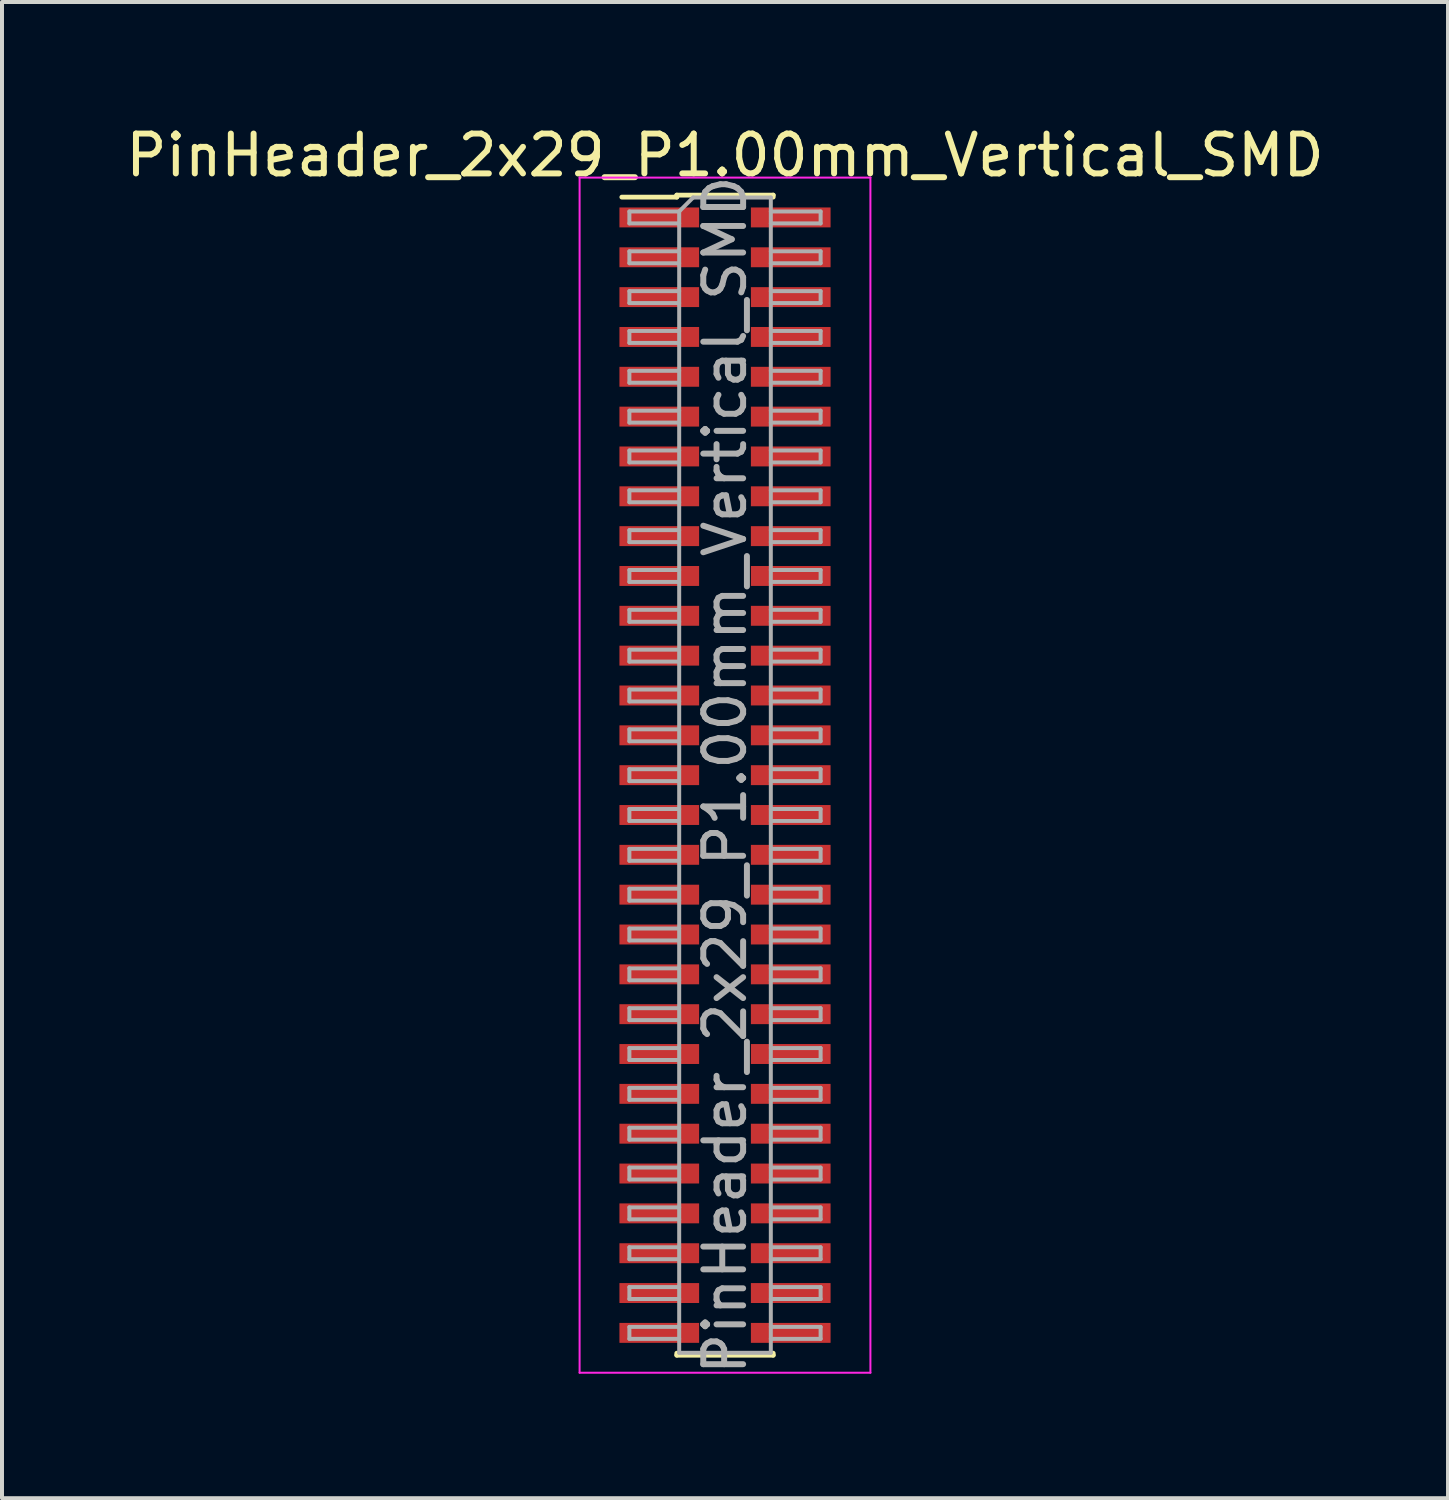
<source format=kicad_pcb>
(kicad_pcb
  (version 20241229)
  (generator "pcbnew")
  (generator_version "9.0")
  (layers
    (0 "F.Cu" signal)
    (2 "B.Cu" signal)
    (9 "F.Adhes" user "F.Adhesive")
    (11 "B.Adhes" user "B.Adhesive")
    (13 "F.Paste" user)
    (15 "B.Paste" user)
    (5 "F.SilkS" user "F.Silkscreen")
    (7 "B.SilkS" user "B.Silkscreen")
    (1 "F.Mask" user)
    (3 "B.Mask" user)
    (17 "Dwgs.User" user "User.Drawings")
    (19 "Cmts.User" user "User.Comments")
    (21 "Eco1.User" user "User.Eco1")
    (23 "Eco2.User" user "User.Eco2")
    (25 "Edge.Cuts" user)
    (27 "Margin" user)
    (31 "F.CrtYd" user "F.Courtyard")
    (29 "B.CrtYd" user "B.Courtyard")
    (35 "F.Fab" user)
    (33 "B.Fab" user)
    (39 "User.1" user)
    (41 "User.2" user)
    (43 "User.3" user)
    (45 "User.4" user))
  (footprint "PinHeader_2x29_P1.00mm_Vertical_SMD"
    (layer "F.Cu")
    (at 15.149 16.408)
    (property "Reference" "PinHeader_2x29_P1.00mm_Vertical_SMD" (at 0 -15.56 0) (layer "F.SilkS") (effects (font (size 1 1) (thickness 0.15))))
    (attr smd)
    (fp_line (start -2.59 -14.51) (end -1.21 -14.51) (stroke (width 0.12) (type solid)) (layer "F.SilkS"))
    (fp_line (start -1.21 -14.56) (end -1.21 -14.51) (stroke (width 0.12) (type solid)) (layer "F.SilkS"))
    (fp_line (start -1.21 -14.56) (end 1.21 -14.56) (stroke (width 0.12) (type solid)) (layer "F.SilkS"))
    (fp_line (start -1.21 14.51) (end -1.21 14.56) (stroke (width 0.12) (type solid)) (layer "F.SilkS"))
    (fp_line (start -1.21 14.56) (end 1.21 14.56) (stroke (width 0.12) (type solid)) (layer "F.SilkS"))
    (fp_line (start 1.21 -14.56) (end 1.21 -14.51) (stroke (width 0.12) (type solid)) (layer "F.SilkS"))
    (fp_line (start 1.21 14.51) (end 1.21 14.56) (stroke (width 0.12) (type solid)) (layer "F.SilkS"))
    (fp_line (start -3.65 -15) (end -3.65 15) (stroke (width 0.05) (type solid)) (layer "F.CrtYd"))
    (fp_line (start -3.65 15) (end 3.65 15) (stroke (width 0.05) (type solid)) (layer "F.CrtYd"))
    (fp_line (start 3.65 -15) (end -3.65 -15) (stroke (width 0.05) (type solid)) (layer "F.CrtYd"))
    (fp_line (start 3.65 15) (end 3.65 -15) (stroke (width 0.05) (type solid)) (layer "F.CrtYd"))
    (fp_line (start -2.4 -14.15) (end -2.4 -13.85) (stroke (width 0.1) (type solid)) (layer "F.Fab"))
    (fp_line (start -2.4 -13.85) (end -1.15 -13.85) (stroke (width 0.1) (type solid)) (layer "F.Fab"))
    (fp_line (start -2.4 -13.15) (end -2.4 -12.85) (stroke (width 0.1) (type solid)) (layer "F.Fab"))
    (fp_line (start -2.4 -12.85) (end -1.15 -12.85) (stroke (width 0.1) (type solid)) (layer "F.Fab"))
    (fp_line (start -2.4 -12.15) (end -2.4 -11.85) (stroke (width 0.1) (type solid)) (layer "F.Fab"))
    (fp_line (start -2.4 -11.85) (end -1.15 -11.85) (stroke (width 0.1) (type solid)) (layer "F.Fab"))
    (fp_line (start -2.4 -11.15) (end -2.4 -10.85) (stroke (width 0.1) (type solid)) (layer "F.Fab"))
    (fp_line (start -2.4 -10.85) (end -1.15 -10.85) (stroke (width 0.1) (type solid)) (layer "F.Fab"))
    (fp_line (start -2.4 -10.15) (end -2.4 -9.85) (stroke (width 0.1) (type solid)) (layer "F.Fab"))
    (fp_line (start -2.4 -9.85) (end -1.15 -9.85) (stroke (width 0.1) (type solid)) (layer "F.Fab"))
    (fp_line (start -2.4 -9.15) (end -2.4 -8.85) (stroke (width 0.1) (type solid)) (layer "F.Fab"))
    (fp_line (start -2.4 -8.85) (end -1.15 -8.85) (stroke (width 0.1) (type solid)) (layer "F.Fab"))
    (fp_line (start -2.4 -8.15) (end -2.4 -7.85) (stroke (width 0.1) (type solid)) (layer "F.Fab"))
    (fp_line (start -2.4 -7.85) (end -1.15 -7.85) (stroke (width 0.1) (type solid)) (layer "F.Fab"))
    (fp_line (start -2.4 -7.15) (end -2.4 -6.85) (stroke (width 0.1) (type solid)) (layer "F.Fab"))
    (fp_line (start -2.4 -6.85) (end -1.15 -6.85) (stroke (width 0.1) (type solid)) (layer "F.Fab"))
    (fp_line (start -2.4 -6.15) (end -2.4 -5.85) (stroke (width 0.1) (type solid)) (layer "F.Fab"))
    (fp_line (start -2.4 -5.85) (end -1.15 -5.85) (stroke (width 0.1) (type solid)) (layer "F.Fab"))
    (fp_line (start -2.4 -5.15) (end -2.4 -4.85) (stroke (width 0.1) (type solid)) (layer "F.Fab"))
    (fp_line (start -2.4 -4.85) (end -1.15 -4.85) (stroke (width 0.1) (type solid)) (layer "F.Fab"))
    (fp_line (start -2.4 -4.15) (end -2.4 -3.85) (stroke (width 0.1) (type solid)) (layer "F.Fab"))
    (fp_line (start -2.4 -3.85) (end -1.15 -3.85) (stroke (width 0.1) (type solid)) (layer "F.Fab"))
    (fp_line (start -2.4 -3.15) (end -2.4 -2.85) (stroke (width 0.1) (type solid)) (layer "F.Fab"))
    (fp_line (start -2.4 -2.85) (end -1.15 -2.85) (stroke (width 0.1) (type solid)) (layer "F.Fab"))
    (fp_line (start -2.4 -2.15) (end -2.4 -1.85) (stroke (width 0.1) (type solid)) (layer "F.Fab"))
    (fp_line (start -2.4 -1.85) (end -1.15 -1.85) (stroke (width 0.1) (type solid)) (layer "F.Fab"))
    (fp_line (start -2.4 -1.15) (end -2.4 -0.85) (stroke (width 0.1) (type solid)) (layer "F.Fab"))
    (fp_line (start -2.4 -0.85) (end -1.15 -0.85) (stroke (width 0.1) (type solid)) (layer "F.Fab"))
    (fp_line (start -2.4 -0.15) (end -2.4 0.15) (stroke (width 0.1) (type solid)) (layer "F.Fab"))
    (fp_line (start -2.4 0.15) (end -1.15 0.15) (stroke (width 0.1) (type solid)) (layer "F.Fab"))
    (fp_line (start -2.4 0.85) (end -2.4 1.15) (stroke (width 0.1) (type solid)) (layer "F.Fab"))
    (fp_line (start -2.4 1.15) (end -1.15 1.15) (stroke (width 0.1) (type solid)) (layer "F.Fab"))
    (fp_line (start -2.4 1.85) (end -2.4 2.15) (stroke (width 0.1) (type solid)) (layer "F.Fab"))
    (fp_line (start -2.4 2.15) (end -1.15 2.15) (stroke (width 0.1) (type solid)) (layer "F.Fab"))
    (fp_line (start -2.4 2.85) (end -2.4 3.15) (stroke (width 0.1) (type solid)) (layer "F.Fab"))
    (fp_line (start -2.4 3.15) (end -1.15 3.15) (stroke (width 0.1) (type solid)) (layer "F.Fab"))
    (fp_line (start -2.4 3.85) (end -2.4 4.15) (stroke (width 0.1) (type solid)) (layer "F.Fab"))
    (fp_line (start -2.4 4.15) (end -1.15 4.15) (stroke (width 0.1) (type solid)) (layer "F.Fab"))
    (fp_line (start -2.4 4.85) (end -2.4 5.15) (stroke (width 0.1) (type solid)) (layer "F.Fab"))
    (fp_line (start -2.4 5.15) (end -1.15 5.15) (stroke (width 0.1) (type solid)) (layer "F.Fab"))
    (fp_line (start -2.4 5.85) (end -2.4 6.15) (stroke (width 0.1) (type solid)) (layer "F.Fab"))
    (fp_line (start -2.4 6.15) (end -1.15 6.15) (stroke (width 0.1) (type solid)) (layer "F.Fab"))
    (fp_line (start -2.4 6.85) (end -2.4 7.15) (stroke (width 0.1) (type solid)) (layer "F.Fab"))
    (fp_line (start -2.4 7.15) (end -1.15 7.15) (stroke (width 0.1) (type solid)) (layer "F.Fab"))
    (fp_line (start -2.4 7.85) (end -2.4 8.15) (stroke (width 0.1) (type solid)) (layer "F.Fab"))
    (fp_line (start -2.4 8.15) (end -1.15 8.15) (stroke (width 0.1) (type solid)) (layer "F.Fab"))
    (fp_line (start -2.4 8.85) (end -2.4 9.15) (stroke (width 0.1) (type solid)) (layer "F.Fab"))
    (fp_line (start -2.4 9.15) (end -1.15 9.15) (stroke (width 0.1) (type solid)) (layer "F.Fab"))
    (fp_line (start -2.4 9.85) (end -2.4 10.15) (stroke (width 0.1) (type solid)) (layer "F.Fab"))
    (fp_line (start -2.4 10.15) (end -1.15 10.15) (stroke (width 0.1) (type solid)) (layer "F.Fab"))
    (fp_line (start -2.4 10.85) (end -2.4 11.15) (stroke (width 0.1) (type solid)) (layer "F.Fab"))
    (fp_line (start -2.4 11.15) (end -1.15 11.15) (stroke (width 0.1) (type solid)) (layer "F.Fab"))
    (fp_line (start -2.4 11.85) (end -2.4 12.15) (stroke (width 0.1) (type solid)) (layer "F.Fab"))
    (fp_line (start -2.4 12.15) (end -1.15 12.15) (stroke (width 0.1) (type solid)) (layer "F.Fab"))
    (fp_line (start -2.4 12.85) (end -2.4 13.15) (stroke (width 0.1) (type solid)) (layer "F.Fab"))
    (fp_line (start -2.4 13.15) (end -1.15 13.15) (stroke (width 0.1) (type solid)) (layer "F.Fab"))
    (fp_line (start -2.4 13.85) (end -2.4 14.15) (stroke (width 0.1) (type solid)) (layer "F.Fab"))
    (fp_line (start -2.4 14.15) (end -1.15 14.15) (stroke (width 0.1) (type solid)) (layer "F.Fab"))
    (fp_line (start -1.15 -14.15) (end -2.4 -14.15) (stroke (width 0.1) (type solid)) (layer "F.Fab"))
    (fp_line (start -1.15 -14.15) (end -0.8 -14.5) (stroke (width 0.1) (type solid)) (layer "F.Fab"))
    (fp_line (start -1.15 -13.15) (end -2.4 -13.15) (stroke (width 0.1) (type solid)) (layer "F.Fab"))
    (fp_line (start -1.15 -12.15) (end -2.4 -12.15) (stroke (width 0.1) (type solid)) (layer "F.Fab"))
    (fp_line (start -1.15 -11.15) (end -2.4 -11.15) (stroke (width 0.1) (type solid)) (layer "F.Fab"))
    (fp_line (start -1.15 -10.15) (end -2.4 -10.15) (stroke (width 0.1) (type solid)) (layer "F.Fab"))
    (fp_line (start -1.15 -9.15) (end -2.4 -9.15) (stroke (width 0.1) (type solid)) (layer "F.Fab"))
    (fp_line (start -1.15 -8.15) (end -2.4 -8.15) (stroke (width 0.1) (type solid)) (layer "F.Fab"))
    (fp_line (start -1.15 -7.15) (end -2.4 -7.15) (stroke (width 0.1) (type solid)) (layer "F.Fab"))
    (fp_line (start -1.15 -6.15) (end -2.4 -6.15) (stroke (width 0.1) (type solid)) (layer "F.Fab"))
    (fp_line (start -1.15 -5.15) (end -2.4 -5.15) (stroke (width 0.1) (type solid)) (layer "F.Fab"))
    (fp_line (start -1.15 -4.15) (end -2.4 -4.15) (stroke (width 0.1) (type solid)) (layer "F.Fab"))
    (fp_line (start -1.15 -3.15) (end -2.4 -3.15) (stroke (width 0.1) (type solid)) (layer "F.Fab"))
    (fp_line (start -1.15 -2.15) (end -2.4 -2.15) (stroke (width 0.1) (type solid)) (layer "F.Fab"))
    (fp_line (start -1.15 -1.15) (end -2.4 -1.15) (stroke (width 0.1) (type solid)) (layer "F.Fab"))
    (fp_line (start -1.15 -0.15) (end -2.4 -0.15) (stroke (width 0.1) (type solid)) (layer "F.Fab"))
    (fp_line (start -1.15 0.85) (end -2.4 0.85) (stroke (width 0.1) (type solid)) (layer "F.Fab"))
    (fp_line (start -1.15 1.85) (end -2.4 1.85) (stroke (width 0.1) (type solid)) (layer "F.Fab"))
    (fp_line (start -1.15 2.85) (end -2.4 2.85) (stroke (width 0.1) (type solid)) (layer "F.Fab"))
    (fp_line (start -1.15 3.85) (end -2.4 3.85) (stroke (width 0.1) (type solid)) (layer "F.Fab"))
    (fp_line (start -1.15 4.85) (end -2.4 4.85) (stroke (width 0.1) (type solid)) (layer "F.Fab"))
    (fp_line (start -1.15 5.85) (end -2.4 5.85) (stroke (width 0.1) (type solid)) (layer "F.Fab"))
    (fp_line (start -1.15 6.85) (end -2.4 6.85) (stroke (width 0.1) (type solid)) (layer "F.Fab"))
    (fp_line (start -1.15 7.85) (end -2.4 7.85) (stroke (width 0.1) (type solid)) (layer "F.Fab"))
    (fp_line (start -1.15 8.85) (end -2.4 8.85) (stroke (width 0.1) (type solid)) (layer "F.Fab"))
    (fp_line (start -1.15 9.85) (end -2.4 9.85) (stroke (width 0.1) (type solid)) (layer "F.Fab"))
    (fp_line (start -1.15 10.85) (end -2.4 10.85) (stroke (width 0.1) (type solid)) (layer "F.Fab"))
    (fp_line (start -1.15 11.85) (end -2.4 11.85) (stroke (width 0.1) (type solid)) (layer "F.Fab"))
    (fp_line (start -1.15 12.85) (end -2.4 12.85) (stroke (width 0.1) (type solid)) (layer "F.Fab"))
    (fp_line (start -1.15 13.85) (end -2.4 13.85) (stroke (width 0.1) (type solid)) (layer "F.Fab"))
    (fp_line (start -1.15 14.5) (end -1.15 -14.15) (stroke (width 0.1) (type solid)) (layer "F.Fab"))
    (fp_line (start -0.8 -14.5) (end 1.15 -14.5) (stroke (width 0.1) (type solid)) (layer "F.Fab"))
    (fp_line (start 1.15 -14.5) (end 1.15 14.5) (stroke (width 0.1) (type solid)) (layer "F.Fab"))
    (fp_line (start 1.15 -14.15) (end 2.4 -14.15) (stroke (width 0.1) (type solid)) (layer "F.Fab"))
    (fp_line (start 1.15 -13.15) (end 2.4 -13.15) (stroke (width 0.1) (type solid)) (layer "F.Fab"))
    (fp_line (start 1.15 -12.15) (end 2.4 -12.15) (stroke (width 0.1) (type solid)) (layer "F.Fab"))
    (fp_line (start 1.15 -11.15) (end 2.4 -11.15) (stroke (width 0.1) (type solid)) (layer "F.Fab"))
    (fp_line (start 1.15 -10.15) (end 2.4 -10.15) (stroke (width 0.1) (type solid)) (layer "F.Fab"))
    (fp_line (start 1.15 -9.15) (end 2.4 -9.15) (stroke (width 0.1) (type solid)) (layer "F.Fab"))
    (fp_line (start 1.15 -8.15) (end 2.4 -8.15) (stroke (width 0.1) (type solid)) (layer "F.Fab"))
    (fp_line (start 1.15 -7.15) (end 2.4 -7.15) (stroke (width 0.1) (type solid)) (layer "F.Fab"))
    (fp_line (start 1.15 -6.15) (end 2.4 -6.15) (stroke (width 0.1) (type solid)) (layer "F.Fab"))
    (fp_line (start 1.15 -5.15) (end 2.4 -5.15) (stroke (width 0.1) (type solid)) (layer "F.Fab"))
    (fp_line (start 1.15 -4.15) (end 2.4 -4.15) (stroke (width 0.1) (type solid)) (layer "F.Fab"))
    (fp_line (start 1.15 -3.15) (end 2.4 -3.15) (stroke (width 0.1) (type solid)) (layer "F.Fab"))
    (fp_line (start 1.15 -2.15) (end 2.4 -2.15) (stroke (width 0.1) (type solid)) (layer "F.Fab"))
    (fp_line (start 1.15 -1.15) (end 2.4 -1.15) (stroke (width 0.1) (type solid)) (layer "F.Fab"))
    (fp_line (start 1.15 -0.15) (end 2.4 -0.15) (stroke (width 0.1) (type solid)) (layer "F.Fab"))
    (fp_line (start 1.15 0.85) (end 2.4 0.85) (stroke (width 0.1) (type solid)) (layer "F.Fab"))
    (fp_line (start 1.15 1.85) (end 2.4 1.85) (stroke (width 0.1) (type solid)) (layer "F.Fab"))
    (fp_line (start 1.15 2.85) (end 2.4 2.85) (stroke (width 0.1) (type solid)) (layer "F.Fab"))
    (fp_line (start 1.15 3.85) (end 2.4 3.85) (stroke (width 0.1) (type solid)) (layer "F.Fab"))
    (fp_line (start 1.15 4.85) (end 2.4 4.85) (stroke (width 0.1) (type solid)) (layer "F.Fab"))
    (fp_line (start 1.15 5.85) (end 2.4 5.85) (stroke (width 0.1) (type solid)) (layer "F.Fab"))
    (fp_line (start 1.15 6.85) (end 2.4 6.85) (stroke (width 0.1) (type solid)) (layer "F.Fab"))
    (fp_line (start 1.15 7.85) (end 2.4 7.85) (stroke (width 0.1) (type solid)) (layer "F.Fab"))
    (fp_line (start 1.15 8.85) (end 2.4 8.85) (stroke (width 0.1) (type solid)) (layer "F.Fab"))
    (fp_line (start 1.15 9.85) (end 2.4 9.85) (stroke (width 0.1) (type solid)) (layer "F.Fab"))
    (fp_line (start 1.15 10.85) (end 2.4 10.85) (stroke (width 0.1) (type solid)) (layer "F.Fab"))
    (fp_line (start 1.15 11.85) (end 2.4 11.85) (stroke (width 0.1) (type solid)) (layer "F.Fab"))
    (fp_line (start 1.15 12.85) (end 2.4 12.85) (stroke (width 0.1) (type solid)) (layer "F.Fab"))
    (fp_line (start 1.15 13.85) (end 2.4 13.85) (stroke (width 0.1) (type solid)) (layer "F.Fab"))
    (fp_line (start 1.15 14.5) (end -1.15 14.5) (stroke (width 0.1) (type solid)) (layer "F.Fab"))
    (fp_line (start 2.4 -14.15) (end 2.4 -13.85) (stroke (width 0.1) (type solid)) (layer "F.Fab"))
    (fp_line (start 2.4 -13.85) (end 1.15 -13.85) (stroke (width 0.1) (type solid)) (layer "F.Fab"))
    (fp_line (start 2.4 -13.15) (end 2.4 -12.85) (stroke (width 0.1) (type solid)) (layer "F.Fab"))
    (fp_line (start 2.4 -12.85) (end 1.15 -12.85) (stroke (width 0.1) (type solid)) (layer "F.Fab"))
    (fp_line (start 2.4 -12.15) (end 2.4 -11.85) (stroke (width 0.1) (type solid)) (layer "F.Fab"))
    (fp_line (start 2.4 -11.85) (end 1.15 -11.85) (stroke (width 0.1) (type solid)) (layer "F.Fab"))
    (fp_line (start 2.4 -11.15) (end 2.4 -10.85) (stroke (width 0.1) (type solid)) (layer "F.Fab"))
    (fp_line (start 2.4 -10.85) (end 1.15 -10.85) (stroke (width 0.1) (type solid)) (layer "F.Fab"))
    (fp_line (start 2.4 -10.15) (end 2.4 -9.85) (stroke (width 0.1) (type solid)) (layer "F.Fab"))
    (fp_line (start 2.4 -9.85) (end 1.15 -9.85) (stroke (width 0.1) (type solid)) (layer "F.Fab"))
    (fp_line (start 2.4 -9.15) (end 2.4 -8.85) (stroke (width 0.1) (type solid)) (layer "F.Fab"))
    (fp_line (start 2.4 -8.85) (end 1.15 -8.85) (stroke (width 0.1) (type solid)) (layer "F.Fab"))
    (fp_line (start 2.4 -8.15) (end 2.4 -7.85) (stroke (width 0.1) (type solid)) (layer "F.Fab"))
    (fp_line (start 2.4 -7.85) (end 1.15 -7.85) (stroke (width 0.1) (type solid)) (layer "F.Fab"))
    (fp_line (start 2.4 -7.15) (end 2.4 -6.85) (stroke (width 0.1) (type solid)) (layer "F.Fab"))
    (fp_line (start 2.4 -6.85) (end 1.15 -6.85) (stroke (width 0.1) (type solid)) (layer "F.Fab"))
    (fp_line (start 2.4 -6.15) (end 2.4 -5.85) (stroke (width 0.1) (type solid)) (layer "F.Fab"))
    (fp_line (start 2.4 -5.85) (end 1.15 -5.85) (stroke (width 0.1) (type solid)) (layer "F.Fab"))
    (fp_line (start 2.4 -5.15) (end 2.4 -4.85) (stroke (width 0.1) (type solid)) (layer "F.Fab"))
    (fp_line (start 2.4 -4.85) (end 1.15 -4.85) (stroke (width 0.1) (type solid)) (layer "F.Fab"))
    (fp_line (start 2.4 -4.15) (end 2.4 -3.85) (stroke (width 0.1) (type solid)) (layer "F.Fab"))
    (fp_line (start 2.4 -3.85) (end 1.15 -3.85) (stroke (width 0.1) (type solid)) (layer "F.Fab"))
    (fp_line (start 2.4 -3.15) (end 2.4 -2.85) (stroke (width 0.1) (type solid)) (layer "F.Fab"))
    (fp_line (start 2.4 -2.85) (end 1.15 -2.85) (stroke (width 0.1) (type solid)) (layer "F.Fab"))
    (fp_line (start 2.4 -2.15) (end 2.4 -1.85) (stroke (width 0.1) (type solid)) (layer "F.Fab"))
    (fp_line (start 2.4 -1.85) (end 1.15 -1.85) (stroke (width 0.1) (type solid)) (layer "F.Fab"))
    (fp_line (start 2.4 -1.15) (end 2.4 -0.85) (stroke (width 0.1) (type solid)) (layer "F.Fab"))
    (fp_line (start 2.4 -0.85) (end 1.15 -0.85) (stroke (width 0.1) (type solid)) (layer "F.Fab"))
    (fp_line (start 2.4 -0.15) (end 2.4 0.15) (stroke (width 0.1) (type solid)) (layer "F.Fab"))
    (fp_line (start 2.4 0.15) (end 1.15 0.15) (stroke (width 0.1) (type solid)) (layer "F.Fab"))
    (fp_line (start 2.4 0.85) (end 2.4 1.15) (stroke (width 0.1) (type solid)) (layer "F.Fab"))
    (fp_line (start 2.4 1.15) (end 1.15 1.15) (stroke (width 0.1) (type solid)) (layer "F.Fab"))
    (fp_line (start 2.4 1.85) (end 2.4 2.15) (stroke (width 0.1) (type solid)) (layer "F.Fab"))
    (fp_line (start 2.4 2.15) (end 1.15 2.15) (stroke (width 0.1) (type solid)) (layer "F.Fab"))
    (fp_line (start 2.4 2.85) (end 2.4 3.15) (stroke (width 0.1) (type solid)) (layer "F.Fab"))
    (fp_line (start 2.4 3.15) (end 1.15 3.15) (stroke (width 0.1) (type solid)) (layer "F.Fab"))
    (fp_line (start 2.4 3.85) (end 2.4 4.15) (stroke (width 0.1) (type solid)) (layer "F.Fab"))
    (fp_line (start 2.4 4.15) (end 1.15 4.15) (stroke (width 0.1) (type solid)) (layer "F.Fab"))
    (fp_line (start 2.4 4.85) (end 2.4 5.15) (stroke (width 0.1) (type solid)) (layer "F.Fab"))
    (fp_line (start 2.4 5.15) (end 1.15 5.15) (stroke (width 0.1) (type solid)) (layer "F.Fab"))
    (fp_line (start 2.4 5.85) (end 2.4 6.15) (stroke (width 0.1) (type solid)) (layer "F.Fab"))
    (fp_line (start 2.4 6.15) (end 1.15 6.15) (stroke (width 0.1) (type solid)) (layer "F.Fab"))
    (fp_line (start 2.4 6.85) (end 2.4 7.15) (stroke (width 0.1) (type solid)) (layer "F.Fab"))
    (fp_line (start 2.4 7.15) (end 1.15 7.15) (stroke (width 0.1) (type solid)) (layer "F.Fab"))
    (fp_line (start 2.4 7.85) (end 2.4 8.15) (stroke (width 0.1) (type solid)) (layer "F.Fab"))
    (fp_line (start 2.4 8.15) (end 1.15 8.15) (stroke (width 0.1) (type solid)) (layer "F.Fab"))
    (fp_line (start 2.4 8.85) (end 2.4 9.15) (stroke (width 0.1) (type solid)) (layer "F.Fab"))
    (fp_line (start 2.4 9.15) (end 1.15 9.15) (stroke (width 0.1) (type solid)) (layer "F.Fab"))
    (fp_line (start 2.4 9.85) (end 2.4 10.15) (stroke (width 0.1) (type solid)) (layer "F.Fab"))
    (fp_line (start 2.4 10.15) (end 1.15 10.15) (stroke (width 0.1) (type solid)) (layer "F.Fab"))
    (fp_line (start 2.4 10.85) (end 2.4 11.15) (stroke (width 0.1) (type solid)) (layer "F.Fab"))
    (fp_line (start 2.4 11.15) (end 1.15 11.15) (stroke (width 0.1) (type solid)) (layer "F.Fab"))
    (fp_line (start 2.4 11.85) (end 2.4 12.15) (stroke (width 0.1) (type solid)) (layer "F.Fab"))
    (fp_line (start 2.4 12.15) (end 1.15 12.15) (stroke (width 0.1) (type solid)) (layer "F.Fab"))
    (fp_line (start 2.4 12.85) (end 2.4 13.15) (stroke (width 0.1) (type solid)) (layer "F.Fab"))
    (fp_line (start 2.4 13.15) (end 1.15 13.15) (stroke (width 0.1) (type solid)) (layer "F.Fab"))
    (fp_line (start 2.4 13.85) (end 2.4 14.15) (stroke (width 0.1) (type solid)) (layer "F.Fab"))
    (fp_line (start 2.4 14.15) (end 1.15 14.15) (stroke (width 0.1) (type solid)) (layer "F.Fab"))
    (fp_text user "${REFERENCE}" (at 0 0 90) (layer "F.Fab") (effects (font (size 1 1) (thickness 0.15))))
    (pad "1" smd rect (at -1.65 -14) (size 2 0.5) (layers "F.Cu" "F.Mask" "F.Paste"))
    (pad "2" smd rect (at 1.65 -14) (size 2 0.5) (layers "F.Cu" "F.Mask" "F.Paste"))
    (pad "3" smd rect (at -1.65 -13) (size 2 0.5) (layers "F.Cu" "F.Mask" "F.Paste"))
    (pad "4" smd rect (at 1.65 -13) (size 2 0.5) (layers "F.Cu" "F.Mask" "F.Paste"))
    (pad "5" smd rect (at -1.65 -12) (size 2 0.5) (layers "F.Cu" "F.Mask" "F.Paste"))
    (pad "6" smd rect (at 1.65 -12) (size 2 0.5) (layers "F.Cu" "F.Mask" "F.Paste"))
    (pad "7" smd rect (at -1.65 -11) (size 2 0.5) (layers "F.Cu" "F.Mask" "F.Paste"))
    (pad "8" smd rect (at 1.65 -11) (size 2 0.5) (layers "F.Cu" "F.Mask" "F.Paste"))
    (pad "9" smd rect (at -1.65 -10) (size 2 0.5) (layers "F.Cu" "F.Mask" "F.Paste"))
    (pad "10" smd rect (at 1.65 -10) (size 2 0.5) (layers "F.Cu" "F.Mask" "F.Paste"))
    (pad "11" smd rect (at -1.65 -9) (size 2 0.5) (layers "F.Cu" "F.Mask" "F.Paste"))
    (pad "12" smd rect (at 1.65 -9) (size 2 0.5) (layers "F.Cu" "F.Mask" "F.Paste"))
    (pad "13" smd rect (at -1.65 -8) (size 2 0.5) (layers "F.Cu" "F.Mask" "F.Paste"))
    (pad "14" smd rect (at 1.65 -8) (size 2 0.5) (layers "F.Cu" "F.Mask" "F.Paste"))
    (pad "15" smd rect (at -1.65 -7) (size 2 0.5) (layers "F.Cu" "F.Mask" "F.Paste"))
    (pad "16" smd rect (at 1.65 -7) (size 2 0.5) (layers "F.Cu" "F.Mask" "F.Paste"))
    (pad "17" smd rect (at -1.65 -6) (size 2 0.5) (layers "F.Cu" "F.Mask" "F.Paste"))
    (pad "18" smd rect (at 1.65 -6) (size 2 0.5) (layers "F.Cu" "F.Mask" "F.Paste"))
    (pad "19" smd rect (at -1.65 -5) (size 2 0.5) (layers "F.Cu" "F.Mask" "F.Paste"))
    (pad "20" smd rect (at 1.65 -5) (size 2 0.5) (layers "F.Cu" "F.Mask" "F.Paste"))
    (pad "21" smd rect (at -1.65 -4) (size 2 0.5) (layers "F.Cu" "F.Mask" "F.Paste"))
    (pad "22" smd rect (at 1.65 -4) (size 2 0.5) (layers "F.Cu" "F.Mask" "F.Paste"))
    (pad "23" smd rect (at -1.65 -3) (size 2 0.5) (layers "F.Cu" "F.Mask" "F.Paste"))
    (pad "24" smd rect (at 1.65 -3) (size 2 0.5) (layers "F.Cu" "F.Mask" "F.Paste"))
    (pad "25" smd rect (at -1.65 -2) (size 2 0.5) (layers "F.Cu" "F.Mask" "F.Paste"))
    (pad "26" smd rect (at 1.65 -2) (size 2 0.5) (layers "F.Cu" "F.Mask" "F.Paste"))
    (pad "27" smd rect (at -1.65 -1) (size 2 0.5) (layers "F.Cu" "F.Mask" "F.Paste"))
    (pad "28" smd rect (at 1.65 -1) (size 2 0.5) (layers "F.Cu" "F.Mask" "F.Paste"))
    (pad "29" smd rect (at -1.65 0) (size 2 0.5) (layers "F.Cu" "F.Mask" "F.Paste"))
    (pad "30" smd rect (at 1.65 0) (size 2 0.5) (layers "F.Cu" "F.Mask" "F.Paste"))
    (pad "31" smd rect (at -1.65 1) (size 2 0.5) (layers "F.Cu" "F.Mask" "F.Paste"))
    (pad "32" smd rect (at 1.65 1) (size 2 0.5) (layers "F.Cu" "F.Mask" "F.Paste"))
    (pad "33" smd rect (at -1.65 2) (size 2 0.5) (layers "F.Cu" "F.Mask" "F.Paste"))
    (pad "34" smd rect (at 1.65 2) (size 2 0.5) (layers "F.Cu" "F.Mask" "F.Paste"))
    (pad "35" smd rect (at -1.65 3) (size 2 0.5) (layers "F.Cu" "F.Mask" "F.Paste"))
    (pad "36" smd rect (at 1.65 3) (size 2 0.5) (layers "F.Cu" "F.Mask" "F.Paste"))
    (pad "37" smd rect (at -1.65 4) (size 2 0.5) (layers "F.Cu" "F.Mask" "F.Paste"))
    (pad "38" smd rect (at 1.65 4) (size 2 0.5) (layers "F.Cu" "F.Mask" "F.Paste"))
    (pad "39" smd rect (at -1.65 5) (size 2 0.5) (layers "F.Cu" "F.Mask" "F.Paste"))
    (pad "40" smd rect (at 1.65 5) (size 2 0.5) (layers "F.Cu" "F.Mask" "F.Paste"))
    (pad "41" smd rect (at -1.65 6) (size 2 0.5) (layers "F.Cu" "F.Mask" "F.Paste"))
    (pad "42" smd rect (at 1.65 6) (size 2 0.5) (layers "F.Cu" "F.Mask" "F.Paste"))
    (pad "43" smd rect (at -1.65 7) (size 2 0.5) (layers "F.Cu" "F.Mask" "F.Paste"))
    (pad "44" smd rect (at 1.65 7) (size 2 0.5) (layers "F.Cu" "F.Mask" "F.Paste"))
    (pad "45" smd rect (at -1.65 8) (size 2 0.5) (layers "F.Cu" "F.Mask" "F.Paste"))
    (pad "46" smd rect (at 1.65 8) (size 2 0.5) (layers "F.Cu" "F.Mask" "F.Paste"))
    (pad "47" smd rect (at -1.65 9) (size 2 0.5) (layers "F.Cu" "F.Mask" "F.Paste"))
    (pad "48" smd rect (at 1.65 9) (size 2 0.5) (layers "F.Cu" "F.Mask" "F.Paste"))
    (pad "49" smd rect (at -1.65 10) (size 2 0.5) (layers "F.Cu" "F.Mask" "F.Paste"))
    (pad "50" smd rect (at 1.65 10) (size 2 0.5) (layers "F.Cu" "F.Mask" "F.Paste"))
    (pad "51" smd rect (at -1.65 11) (size 2 0.5) (layers "F.Cu" "F.Mask" "F.Paste"))
    (pad "52" smd rect (at 1.65 11) (size 2 0.5) (layers "F.Cu" "F.Mask" "F.Paste"))
    (pad "53" smd rect (at -1.65 12) (size 2 0.5) (layers "F.Cu" "F.Mask" "F.Paste"))
    (pad "54" smd rect (at 1.65 12) (size 2 0.5) (layers "F.Cu" "F.Mask" "F.Paste"))
    (pad "55" smd rect (at -1.65 13) (size 2 0.5) (layers "F.Cu" "F.Mask" "F.Paste"))
    (pad "56" smd rect (at 1.65 13) (size 2 0.5) (layers "F.Cu" "F.Mask" "F.Paste"))
    (pad "57" smd rect (at -1.65 14) (size 2 0.5) (layers "F.Cu" "F.Mask" "F.Paste"))
    (pad "58" smd rect (at 1.65 14) (size 2 0.5) (layers "F.Cu" "F.Mask" "F.Paste")))
  (gr_rect
    (start -3 -3)
    (end 33.298 34.557)
    (stroke (width 0.1) (type default))
    (fill no)
    (layer "Edge.Cuts")))
</source>
